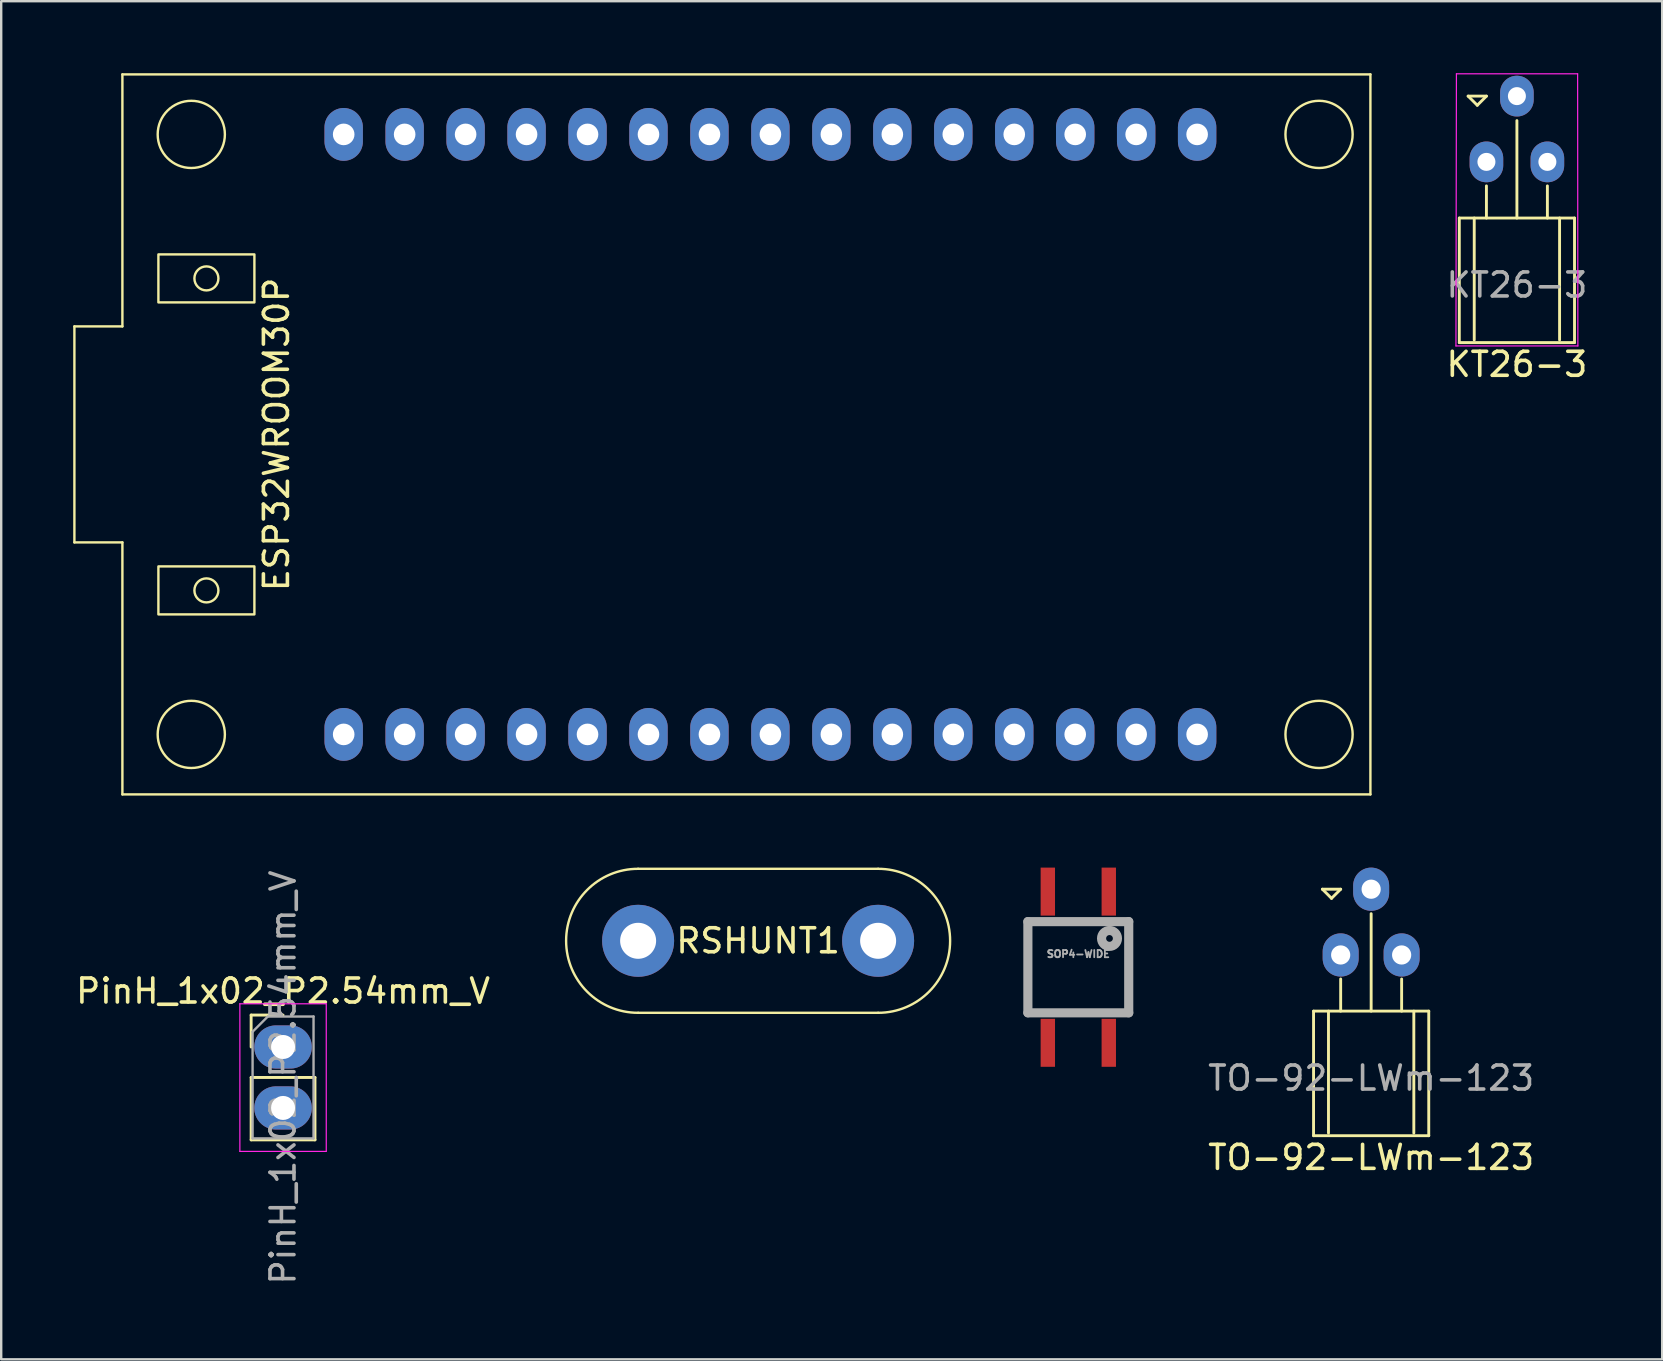
<source format=kicad_pcb>
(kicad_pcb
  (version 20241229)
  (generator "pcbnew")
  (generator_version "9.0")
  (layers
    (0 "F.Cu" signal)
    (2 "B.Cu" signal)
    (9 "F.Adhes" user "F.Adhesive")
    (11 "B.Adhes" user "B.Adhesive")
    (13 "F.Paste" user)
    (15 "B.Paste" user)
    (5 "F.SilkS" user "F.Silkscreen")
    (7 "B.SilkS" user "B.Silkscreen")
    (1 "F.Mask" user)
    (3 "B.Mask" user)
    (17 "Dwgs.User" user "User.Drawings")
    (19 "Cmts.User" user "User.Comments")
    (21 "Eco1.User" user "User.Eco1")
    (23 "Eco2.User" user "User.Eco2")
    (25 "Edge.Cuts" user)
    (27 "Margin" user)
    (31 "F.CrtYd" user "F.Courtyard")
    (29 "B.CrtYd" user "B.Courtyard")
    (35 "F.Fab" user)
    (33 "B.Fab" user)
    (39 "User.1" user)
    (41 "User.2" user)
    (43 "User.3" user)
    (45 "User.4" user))
  (footprint "PinH_1x02_P2.54mm_V"
    (layer "F.Cu")
    (at 8.744 40.574)
    (property "Reference" "PinH_1x02_P2.54mm_V" (at 0 -2.33 0) (layer "F.SilkS") (effects (font (size 1 1) (thickness 0.15))))
    (attr through_hole)
    (fp_line (start -1.33 -1.33) (end 0 -1.33) (stroke (width 0.12) (type solid)) (layer "F.SilkS"))
    (fp_line (start -1.33 0) (end -1.33 -1.33) (stroke (width 0.12) (type solid)) (layer "F.SilkS"))
    (fp_line (start -1.33 1.27) (end -1.33 3.87) (stroke (width 0.12) (type solid)) (layer "F.SilkS"))
    (fp_line (start -1.33 1.27) (end 1.33 1.27) (stroke (width 0.12) (type solid)) (layer "F.SilkS"))
    (fp_line (start -1.33 3.87) (end 1.33 3.87) (stroke (width 0.12) (type solid)) (layer "F.SilkS"))
    (fp_line (start 1.33 1.27) (end 1.33 3.87) (stroke (width 0.12) (type solid)) (layer "F.SilkS"))
    (fp_line (start -1.8 -1.8) (end -1.8 4.35) (stroke (width 0.05) (type solid)) (layer "F.CrtYd"))
    (fp_line (start -1.8 4.35) (end 1.8 4.35) (stroke (width 0.05) (type solid)) (layer "F.CrtYd"))
    (fp_line (start 1.8 -1.8) (end -1.8 -1.8) (stroke (width 0.05) (type solid)) (layer "F.CrtYd"))
    (fp_line (start 1.8 4.35) (end 1.8 -1.8) (stroke (width 0.05) (type solid)) (layer "F.CrtYd"))
    (fp_line (start -1.27 -0.635) (end -0.635 -1.27) (stroke (width 0.1) (type solid)) (layer "F.Fab"))
    (fp_line (start -1.27 3.81) (end -1.27 -0.635) (stroke (width 0.1) (type solid)) (layer "F.Fab"))
    (fp_line (start -0.635 -1.27) (end 1.27 -1.27) (stroke (width 0.1) (type solid)) (layer "F.Fab"))
    (fp_line (start 1.27 -1.27) (end 1.27 3.81) (stroke (width 0.1) (type solid)) (layer "F.Fab"))
    (fp_line (start 1.27 3.81) (end -1.27 3.81) (stroke (width 0.1) (type solid)) (layer "F.Fab"))
    (fp_text user "${REFERENCE}" (at 0 1.27 90) (layer "F.Fab") (effects (font (size 1 1) (thickness 0.15))))
    (pad "1" thru_hole oval (at 0 0) (size 2.4 1.8) (drill 1) (layers "*.Cu" "*.Mask"))
    (pad "2" thru_hole oval (at 0 2.54) (size 2.4 1.8) (drill 1) (layers "*.Cu" "*.Mask")))
  (footprint "SOP4-WIDE"
    (layer "F.Cu")
    (at 41.879 37.25)
    (property "Reference" "SOP4-WIDE" (at 0 -0.551 0) (layer "F.Fab") (effects (font (size 0.3 0.3) (thickness 0.075))))
    (attr smd)
    (fp_line (start -2.101 -1.9) (end 2.101 -1.9) (stroke (width 0.381) (type solid)) (layer "F.Fab"))
    (fp_line (start -2.101 1.9) (end -2.101 -1.9) (stroke (width 0.381) (type solid)) (layer "F.Fab"))
    (fp_line (start -2.101 1.9) (end 2.101 1.9) (stroke (width 0.381) (type solid)) (layer "F.Fab"))
    (fp_line (start 2.101 1.9) (end 2.101 -1.9) (stroke (width 0.381) (type solid)) (layer "F.Fab"))
    (fp_circle (center 1.3 -1.199) (end 1.4 -1.1) (stroke (width 0.381) (type solid)) (fill no) (layer "F.Fab"))
    (pad "1" smd rect (at 1.27 -3.15) (size 0.599 2) (layers "F.Cu" "F.Mask" "F.Paste"))
    (pad "2" smd rect (at -1.27 -3.15) (size 0.599 2) (layers "F.Cu" "F.Mask" "F.Paste"))
    (pad "3" smd rect (at -1.27 3.15) (size 0.599 2) (layers "F.Cu" "F.Mask" "F.Paste"))
    (pad "4" smd rect (at 1.27 3.15) (size 0.599 2) (layers "F.Cu" "F.Mask" "F.Paste")))
  (footprint "KT26-3"
    (layer "F.Cu")
    (at 58.884 3.695)
    (property "Reference" "KT26-3" (at 1.27 8.436 0) (layer "F.SilkS") (effects (font (size 1 1) (thickness 0.15))))
    (attr through_hole)
    (fp_line (start -1.13 2.34) (end 3.67 2.34) (stroke (width 0.12) (type solid)) (layer "F.SilkS"))
    (fp_line (start -1.13 7.53) (end -1.13 2.34) (stroke (width 0.12) (type solid)) (layer "F.SilkS"))
    (fp_line (start -0.762 -2.74) (end -0.381 -2.359) (stroke (width 0.12) (type solid)) (layer "F.SilkS"))
    (fp_line (start -0.508 2.34) (end -0.508 7.42) (stroke (width 0.12) (type solid)) (layer "F.SilkS"))
    (fp_line (start -0.381 -2.359) (end 0 -2.74) (stroke (width 0.12) (type solid)) (layer "F.SilkS"))
    (fp_line (start 0 -2.74) (end -0.762 -2.74) (stroke (width 0.12) (type solid)) (layer "F.SilkS"))
    (fp_line (start 0 1) (end 0 2.34) (stroke (width 0.12) (type solid)) (layer "F.SilkS"))
    (fp_line (start 1.27 -1.72) (end 1.27 2.34) (stroke (width 0.12) (type solid)) (layer "F.SilkS"))
    (fp_line (start 2.54 1) (end 2.54 2.34) (stroke (width 0.12) (type solid)) (layer "F.SilkS"))
    (fp_line (start 3.048 7.42) (end 3.048 2.34) (stroke (width 0.12) (type solid)) (layer "F.SilkS"))
    (fp_line (start 3.67 2.34) (end 3.67 7.53) (stroke (width 0.12) (type solid)) (layer "F.SilkS"))
    (fp_line (start 3.67 7.53) (end -1.13 7.53) (stroke (width 0.12) (type solid)) (layer "F.SilkS"))
    (fp_line (start -1.25 -3.67) (end -1.27 7.67) (stroke (width 0.05) (type solid)) (layer "F.CrtYd"))
    (fp_line (start -1.25 -3.67) (end 3.8 -3.67) (stroke (width 0.05) (type solid)) (layer "F.CrtYd"))
    (fp_line (start 3.81 7.67) (end -1.27 7.67) (stroke (width 0.05) (type solid)) (layer "F.CrtYd"))
    (fp_line (start 3.81 7.67) (end 3.8 -3.67) (stroke (width 0.05) (type solid)) (layer "F.CrtYd"))
    (fp_text user "${REFERENCE}" (at 1.27 5.13 0) (layer "F.Fab") (effects (font (size 1 1) (thickness 0.15))))
    (pad "1" thru_hole oval (at 2.54 0 90) (size 1.7 1.4) (drill 0.75) (layers "*.Cu" "*.Mask"))
    (pad "2" thru_hole oval (at 1.27 -2.74 90) (size 1.7 1.4) (drill 0.75) (layers "*.Cu" "*.Mask"))
    (pad "3" thru_hole oval (at 0 0 90) (size 1.7 1.4) (drill 0.75) (layers "*.Cu" "*.Mask")))
  (footprint "RSHUNT1"
    (layer "F.Cu")
    (at 23.538 36.15)
    (property "Reference" "RSHUNT1" (at 5 0 0) (layer "F.SilkS") (effects (font (size 1 1) (thickness 0.15))))
    (fp_line (start 0 -3) (end 10 -3) (stroke (width 0.1) (type default)) (layer "F.SilkS"))
    (fp_line (start 10 3) (end 0 3) (stroke (width 0.1) (type default)) (layer "F.SilkS"))
    (fp_arc (start 0 3) (mid -3 0) (end 0 -3) (stroke (width 0.1) (type default)) (layer "F.SilkS"))
    (fp_arc (start 10 -3) (mid 13 0) (end 10 3) (stroke (width 0.1) (type default)) (layer "F.SilkS"))
    (pad "1" thru_hole circle (at 0 0) (size 3 3) (drill 1.5) (layers "*.Cu" "*.Mask"))
    (pad "2" thru_hole circle (at 10 0) (size 3 3) (drill 1.5) (layers "*.Cu" "*.Mask")))
  (footprint "TO-92-LWm-123"
    (layer "F.Cu")
    (at 52.811 36.74)
    (property "Reference" "TO-92-LWm-123" (at 1.27 8.436 0) (layer "F.SilkS") (effects (font (size 1 1) (thickness 0.15))))
    (attr through_hole)
    (fp_line (start -1.13 2.34) (end 3.67 2.34) (stroke (width 0.12) (type solid)) (layer "F.SilkS"))
    (fp_line (start -1.13 7.53) (end -1.13 2.34) (stroke (width 0.12) (type solid)) (layer "F.SilkS"))
    (fp_line (start -0.762 -2.74) (end -0.381 -2.359) (stroke (width 0.12) (type solid)) (layer "F.SilkS"))
    (fp_line (start -0.508 2.34) (end -0.508 7.42) (stroke (width 0.12) (type solid)) (layer "F.SilkS"))
    (fp_line (start -0.381 -2.359) (end 0 -2.74) (stroke (width 0.12) (type solid)) (layer "F.SilkS"))
    (fp_line (start 0 -2.74) (end -0.762 -2.74) (stroke (width 0.12) (type solid)) (layer "F.SilkS"))
    (fp_line (start 0 1) (end 0 2.34) (stroke (width 0.12) (type solid)) (layer "F.SilkS"))
    (fp_line (start 1.27 -1.72) (end 1.27 2.34) (stroke (width 0.12) (type solid)) (layer "F.SilkS"))
    (fp_line (start 2.54 1) (end 2.54 2.34) (stroke (width 0.12) (type solid)) (layer "F.SilkS"))
    (fp_line (start 3.048 7.42) (end 3.048 2.34) (stroke (width 0.12) (type solid)) (layer "F.SilkS"))
    (fp_line (start 3.67 2.34) (end 3.67 7.53) (stroke (width 0.12) (type solid)) (layer "F.SilkS"))
    (fp_line (start 3.67 7.53) (end -1.13 7.53) (stroke (width 0.12) (type solid)) (layer "F.SilkS"))
    (fp_text user "${REFERENCE}" (at 1.27 5.13 0) (layer "F.Fab") (effects (font (size 1 1) (thickness 0.15))))
    (pad "1" thru_hole oval (at 0 0 90) (size 1.8 1.5) (drill 0.8) (layers "*.Cu" "*.Mask"))
    (pad "2" thru_hole oval (at 1.27 -2.74 90) (size 1.8 1.5) (drill 0.8) (layers "*.Cu" "*.Mask"))
    (pad "3" thru_hole oval (at 2.54 0 90) (size 1.8 1.5) (drill 0.8) (layers "*.Cu" "*.Mask")))
  (footprint "ESP32WROOM30P"
    (layer "F.Cu")
    (at 29.05 15.05)
    (property "Reference" "ESP32WROOM30P" (at -20.58 0 90) (layer "F.SilkS") (effects (font (size 1 1) (thickness 0.15))))
    (attr through_hole)
    (fp_line (start -29 -4.5) (end -29 4.5) (stroke (width 0.1) (type default)) (layer "F.SilkS"))
    (fp_line (start -27 -15) (end -27 -4.5) (stroke (width 0.1) (type default)) (layer "F.SilkS"))
    (fp_line (start -27 -4.5) (end -29 -4.5) (stroke (width 0.1) (type default)) (layer "F.SilkS"))
    (fp_line (start -27 4.5) (end -29 4.5) (stroke (width 0.1) (type default)) (layer "F.SilkS"))
    (fp_line (start -27 15) (end -27 4.5) (stroke (width 0.1) (type default)) (layer "F.SilkS"))
    (fp_line (start 25 -15) (end -27 -15) (stroke (width 0.1) (type default)) (layer "F.SilkS"))
    (fp_line (start 25 -15) (end 25 15) (stroke (width 0.1) (type default)) (layer "F.SilkS"))
    (fp_line (start 25 15) (end -27 15) (stroke (width 0.1) (type default)) (layer "F.SilkS"))
    (fp_rect (start -25.5 -7.5) (end -21.5 -5.5) (stroke (width 0.1) (type default)) (fill no) (layer "F.SilkS"))
    (fp_rect (start -25.5 5.5) (end -21.5 7.5) (stroke (width 0.1) (type default)) (fill no) (layer "F.SilkS"))
    (fp_circle (center -24.13 -12.5) (end -22.73 -12.5) (stroke (width 0.1) (type default)) (fill no) (layer "F.SilkS"))
    (fp_circle (center -24.13 12.5) (end -22.73 12.5) (stroke (width 0.1) (type default)) (fill no) (layer "F.SilkS"))
    (fp_circle (center -23.5 -6.5) (end -23.5 -6) (stroke (width 0.1) (type default)) (fill no) (layer "F.SilkS"))
    (fp_circle (center -23.5 6.5) (end -23.5 7) (stroke (width 0.1) (type default)) (fill no) (layer "F.SilkS"))
    (fp_circle (center 22.86 -12.5) (end 24.26 -12.5) (stroke (width 0.1) (type default)) (fill no) (layer "F.SilkS"))
    (fp_circle (center 22.86 12.5) (end 24.26 12.5) (stroke (width 0.1) (type default)) (fill no) (layer "F.SilkS"))
    (pad "1" thru_hole oval (at -17.78 12.5) (size 1.6 2.2) (drill 0.9) (layers "*.Cu" "*.Mask"))
    (pad "2" thru_hole oval (at -15.24 12.5) (size 1.6 2.2) (drill 0.9) (layers "*.Cu" "*.Mask"))
    (pad "3" thru_hole oval (at -12.7 12.5) (size 1.6 2.2) (drill 0.9) (layers "*.Cu" "*.Mask"))
    (pad "4" thru_hole oval (at -10.16 12.5) (size 1.6 2.2) (drill 0.9) (layers "*.Cu" "*.Mask"))
    (pad "5" thru_hole oval (at -7.62 12.5) (size 1.6 2.2) (drill 0.9) (layers "*.Cu" "*.Mask"))
    (pad "6" thru_hole oval (at -5.08 12.5) (size 1.6 2.2) (drill 0.9) (layers "*.Cu" "*.Mask"))
    (pad "7" thru_hole oval (at -2.54 12.5) (size 1.6 2.2) (drill 0.9) (layers "*.Cu" "*.Mask"))
    (pad "8" thru_hole oval (at 0 12.5) (size 1.6 2.2) (drill 0.9) (layers "*.Cu" "*.Mask"))
    (pad "9" thru_hole oval (at 2.54 12.5) (size 1.6 2.2) (drill 0.9) (layers "*.Cu" "*.Mask"))
    (pad "10" thru_hole oval (at 5.08 12.5) (size 1.6 2.2) (drill 0.9) (layers "*.Cu" "*.Mask"))
    (pad "11" thru_hole oval (at 7.62 12.5) (size 1.6 2.2) (drill 0.9) (layers "*.Cu" "*.Mask"))
    (pad "12" thru_hole oval (at 10.16 12.5) (size 1.6 2.2) (drill 0.9) (layers "*.Cu" "*.Mask"))
    (pad "13" thru_hole oval (at 12.7 12.5) (size 1.6 2.2) (drill 0.9) (layers "*.Cu" "*.Mask"))
    (pad "14" thru_hole oval (at 15.24 12.5) (size 1.6 2.2) (drill 0.9) (layers "*.Cu" "*.Mask"))
    (pad "15" thru_hole oval (at 17.78 12.5) (size 1.6 2.2) (drill 0.9) (layers "*.Cu" "*.Mask"))
    (pad "16" thru_hole oval (at 17.78 -12.5) (size 1.6 2.2) (drill 0.9) (layers "*.Cu" "*.Mask"))
    (pad "17" thru_hole oval (at 15.24 -12.5) (size 1.6 2.2) (drill 0.9) (layers "*.Cu" "*.Mask"))
    (pad "18" thru_hole oval (at 12.7 -12.5) (size 1.6 2.2) (drill 0.9) (layers "*.Cu" "*.Mask"))
    (pad "19" thru_hole oval (at 10.16 -12.5) (size 1.6 2.2) (drill 0.9) (layers "*.Cu" "*.Mask"))
    (pad "20" thru_hole oval (at 7.62 -12.5) (size 1.6 2.2) (drill 0.9) (layers "*.Cu" "*.Mask"))
    (pad "21" thru_hole oval (at 5.08 -12.5) (size 1.6 2.2) (drill 0.9) (layers "*.Cu" "*.Mask"))
    (pad "22" thru_hole oval (at 2.54 -12.5) (size 1.6 2.2) (drill 0.9) (layers "*.Cu" "*.Mask"))
    (pad "23" thru_hole oval (at 0 -12.5) (size 1.6 2.2) (drill 0.9) (layers "*.Cu" "*.Mask"))
    (pad "24" thru_hole oval (at -2.54 -12.5) (size 1.6 2.2) (drill 0.9) (layers "*.Cu" "*.Mask"))
    (pad "25" thru_hole oval (at -5.08 -12.5) (size 1.6 2.2) (drill 0.9) (layers "*.Cu" "*.Mask"))
    (pad "26" thru_hole oval (at -7.62 -12.5) (size 1.6 2.2) (drill 0.9) (layers "*.Cu" "*.Mask"))
    (pad "27" thru_hole oval (at -10.16 -12.5) (size 1.6 2.2) (drill 0.9) (layers "*.Cu" "*.Mask"))
    (pad "28" thru_hole oval (at -12.7 -12.5) (size 1.6 2.2) (drill 0.9) (layers "*.Cu" "*.Mask"))
    (pad "29" thru_hole oval (at -15.24 -12.5) (size 1.6 2.2) (drill 0.9) (layers "*.Cu" "*.Mask"))
    (pad "30" thru_hole oval (at -17.78 -12.5) (size 1.6 2.2) (drill 0.9) (layers "*.Cu" "*.Mask")))
  (gr_rect
    (start -3 -3)
    (end 66.207 53.588)
    (stroke (width 0.1) (type default))
    (fill no)
    (layer "Edge.Cuts")))
</source>
